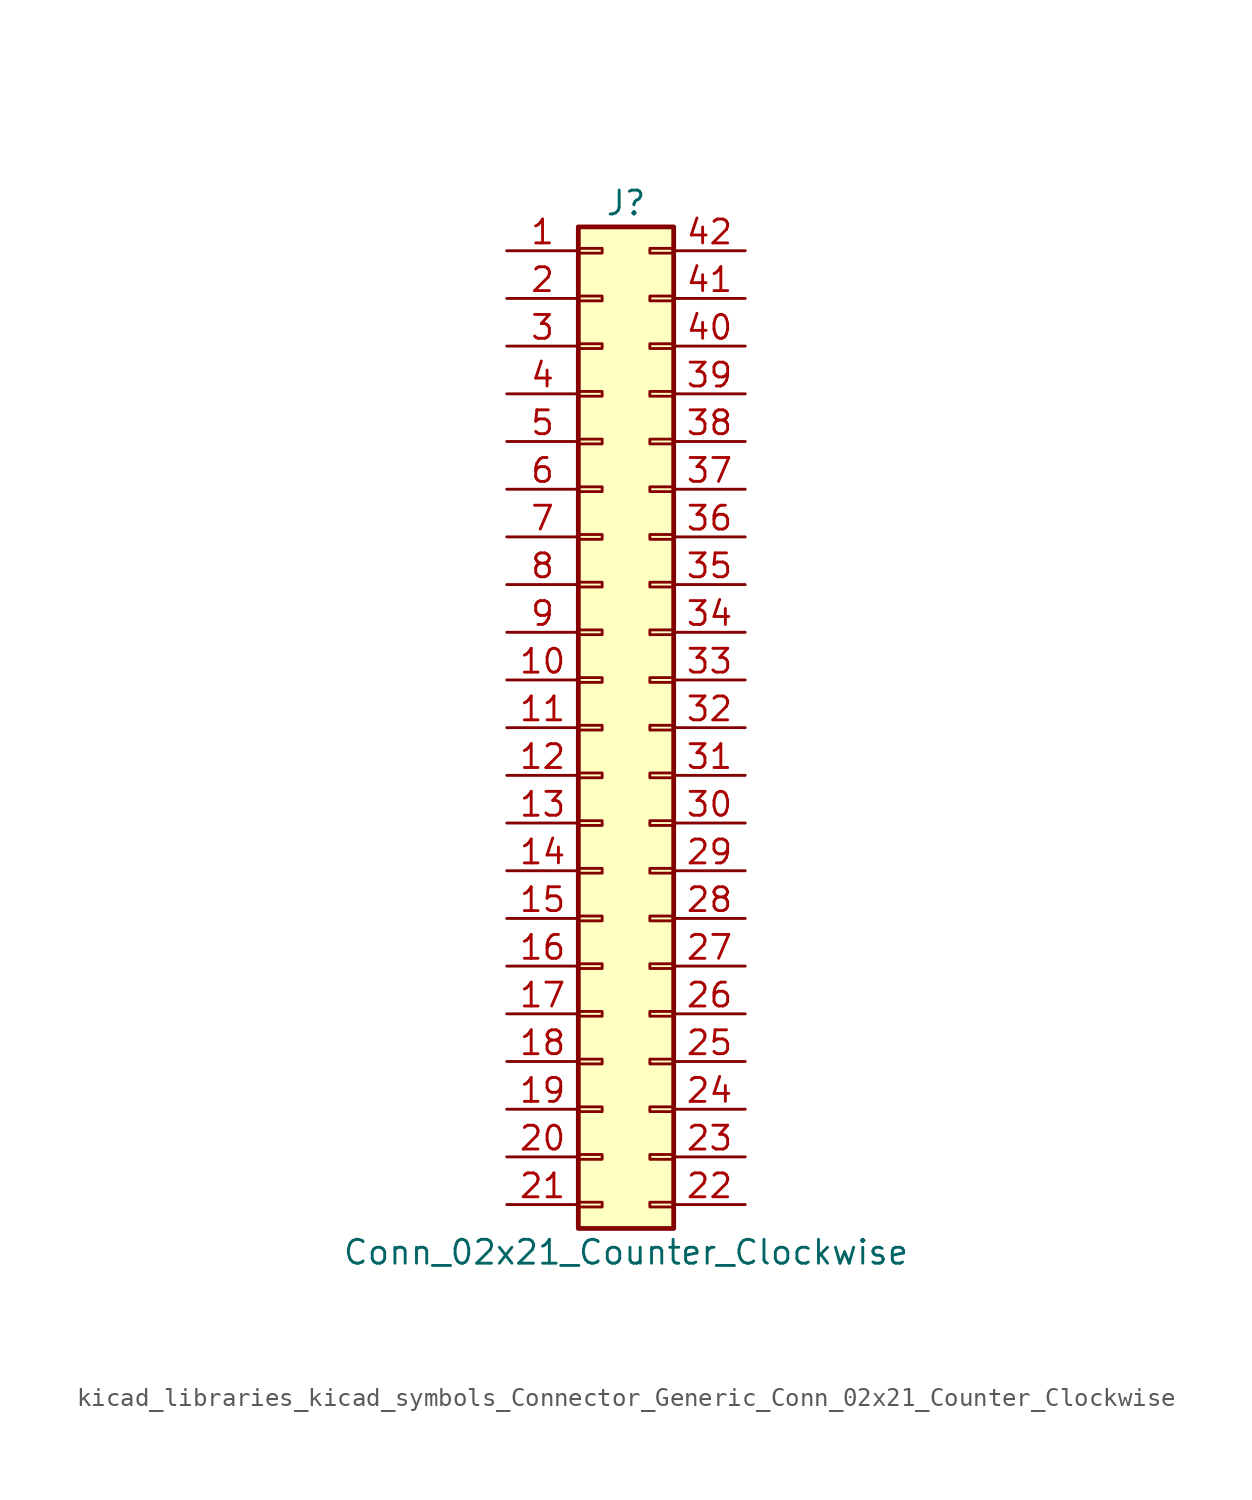
<source format=kicad_sym>
(kicad_symbol_lib
  (version 20220914)
  (generator kicad_symbol_editor)
  (symbol "kicad_libraries_kicad_symbols_Connector_Generic_Conn_02x21_Counter_Clockwise"
    (pin_names
      (offset 1.016) hide)
    (property "Reference" "J"
      (at 1.27 27.94 0)
      (effects (font (size 1.27 1.27))))
    (property "Value" "Conn_02x21_Counter_Clockwise"
      (at 1.27 -27.94 0)
      (effects (font (size 1.27 1.27))))
    (symbol "kicad_libraries_kicad_symbols_Connector_Generic_Conn_02x21_Counter_Clockwise_1_1"
      (rectangle (start -1.27 -25.273) (end 0 -25.527) (stroke (width 0.152) (type default)) (fill (type none)))
      (rectangle (start -1.27 -22.733) (end 0 -22.987) (stroke (width 0.152) (type default)) (fill (type none)))
      (rectangle (start -1.27 -20.193) (end 0 -20.447) (stroke (width 0.152) (type default)) (fill (type none)))
      (rectangle (start -1.27 -17.653) (end 0 -17.907) (stroke (width 0.152) (type default)) (fill (type none)))
      (rectangle (start -1.27 -15.113) (end 0 -15.367) (stroke (width 0.152) (type default)) (fill (type none)))
      (rectangle (start -1.27 -12.573) (end 0 -12.827) (stroke (width 0.152) (type default)) (fill (type none)))
      (rectangle (start -1.27 -10.033) (end 0 -10.287) (stroke (width 0.152) (type default)) (fill (type none)))
      (rectangle (start -1.27 -7.493) (end 0 -7.747) (stroke (width 0.152) (type default)) (fill (type none)))
      (rectangle (start -1.27 -4.953) (end 0 -5.207) (stroke (width 0.152) (type default)) (fill (type none)))
      (rectangle (start -1.27 -2.413) (end 0 -2.667) (stroke (width 0.152) (type default)) (fill (type none)))
      (rectangle (start -1.27 0.127) (end 0 -0.127) (stroke (width 0.152) (type default)) (fill (type none)))
      (rectangle (start -1.27 2.667) (end 0 2.413) (stroke (width 0.152) (type default)) (fill (type none)))
      (rectangle (start -1.27 5.207) (end 0 4.953) (stroke (width 0.152) (type default)) (fill (type none)))
      (rectangle (start -1.27 7.747) (end 0 7.493) (stroke (width 0.152) (type default)) (fill (type none)))
      (rectangle (start -1.27 10.287) (end 0 10.033) (stroke (width 0.152) (type default)) (fill (type none)))
      (rectangle (start -1.27 12.827) (end 0 12.573) (stroke (width 0.152) (type default)) (fill (type none)))
      (rectangle (start -1.27 15.367) (end 0 15.113) (stroke (width 0.152) (type default)) (fill (type none)))
      (rectangle (start -1.27 17.907) (end 0 17.653) (stroke (width 0.152) (type default)) (fill (type none)))
      (rectangle (start -1.27 20.447) (end 0 20.193) (stroke (width 0.152) (type default)) (fill (type none)))
      (rectangle (start -1.27 22.987) (end 0 22.733) (stroke (width 0.152) (type default)) (fill (type none)))
      (rectangle (start -1.27 25.527) (end 0 25.273) (stroke (width 0.152) (type default)) (fill (type none)))
      (rectangle (start -1.27 26.67) (end 3.81 -26.67) (stroke (width 0.254) (type default)) (fill (type background)))
      (rectangle (start 3.81 -25.273) (end 2.54 -25.527) (stroke (width 0.152) (type default)) (fill (type none)))
      (rectangle (start 3.81 -22.733) (end 2.54 -22.987) (stroke (width 0.152) (type default)) (fill (type none)))
      (rectangle (start 3.81 -20.193) (end 2.54 -20.447) (stroke (width 0.152) (type default)) (fill (type none)))
      (rectangle (start 3.81 -17.653) (end 2.54 -17.907) (stroke (width 0.152) (type default)) (fill (type none)))
      (rectangle (start 3.81 -15.113) (end 2.54 -15.367) (stroke (width 0.152) (type default)) (fill (type none)))
      (rectangle (start 3.81 -12.573) (end 2.54 -12.827) (stroke (width 0.152) (type default)) (fill (type none)))
      (rectangle (start 3.81 -10.033) (end 2.54 -10.287) (stroke (width 0.152) (type default)) (fill (type none)))
      (rectangle (start 3.81 -7.493) (end 2.54 -7.747) (stroke (width 0.152) (type default)) (fill (type none)))
      (rectangle (start 3.81 -4.953) (end 2.54 -5.207) (stroke (width 0.152) (type default)) (fill (type none)))
      (rectangle (start 3.81 -2.413) (end 2.54 -2.667) (stroke (width 0.152) (type default)) (fill (type none)))
      (rectangle (start 3.81 0.127) (end 2.54 -0.127) (stroke (width 0.152) (type default)) (fill (type none)))
      (rectangle (start 3.81 2.667) (end 2.54 2.413) (stroke (width 0.152) (type default)) (fill (type none)))
      (rectangle (start 3.81 5.207) (end 2.54 4.953) (stroke (width 0.152) (type default)) (fill (type none)))
      (rectangle (start 3.81 7.747) (end 2.54 7.493) (stroke (width 0.152) (type default)) (fill (type none)))
      (rectangle (start 3.81 10.287) (end 2.54 10.033) (stroke (width 0.152) (type default)) (fill (type none)))
      (rectangle (start 3.81 12.827) (end 2.54 12.573) (stroke (width 0.152) (type default)) (fill (type none)))
      (rectangle (start 3.81 15.367) (end 2.54 15.113) (stroke (width 0.152) (type default)) (fill (type none)))
      (rectangle (start 3.81 17.907) (end 2.54 17.653) (stroke (width 0.152) (type default)) (fill (type none)))
      (rectangle (start 3.81 20.447) (end 2.54 20.193) (stroke (width 0.152) (type default)) (fill (type none)))
      (rectangle (start 3.81 22.987) (end 2.54 22.733) (stroke (width 0.152) (type default)) (fill (type none)))
      (rectangle (start 3.81 25.527) (end 2.54 25.273) (stroke (width 0.152) (type default)) (fill (type none)))
      (pin passive line (at -5.08 25.4 0) (length 3.81) (name "Pin_1" (effects (font (size 1.27 1.27)))) (number "1" (effects (font (size 1.27 1.27)))))
      (pin passive line (at -5.08 2.54 0) (length 3.81) (name "Pin_10" (effects (font (size 1.27 1.27)))) (number "10" (effects (font (size 1.27 1.27)))))
      (pin passive line (at -5.08 0 0) (length 3.81) (name "Pin_11" (effects (font (size 1.27 1.27)))) (number "11" (effects (font (size 1.27 1.27)))))
      (pin passive line (at -5.08 -2.54 0) (length 3.81) (name "Pin_12" (effects (font (size 1.27 1.27)))) (number "12" (effects (font (size 1.27 1.27)))))
      (pin passive line (at -5.08 -5.08 0) (length 3.81) (name "Pin_13" (effects (font (size 1.27 1.27)))) (number "13" (effects (font (size 1.27 1.27)))))
      (pin passive line (at -5.08 -7.62 0) (length 3.81) (name "Pin_14" (effects (font (size 1.27 1.27)))) (number "14" (effects (font (size 1.27 1.27)))))
      (pin passive line (at -5.08 -10.16 0) (length 3.81) (name "Pin_15" (effects (font (size 1.27 1.27)))) (number "15" (effects (font (size 1.27 1.27)))))
      (pin passive line (at -5.08 -12.7 0) (length 3.81) (name "Pin_16" (effects (font (size 1.27 1.27)))) (number "16" (effects (font (size 1.27 1.27)))))
      (pin passive line (at -5.08 -15.24 0) (length 3.81) (name "Pin_17" (effects (font (size 1.27 1.27)))) (number "17" (effects (font (size 1.27 1.27)))))
      (pin passive line (at -5.08 -17.78 0) (length 3.81) (name "Pin_18" (effects (font (size 1.27 1.27)))) (number "18" (effects (font (size 1.27 1.27)))))
      (pin passive line (at -5.08 -20.32 0) (length 3.81) (name "Pin_19" (effects (font (size 1.27 1.27)))) (number "19" (effects (font (size 1.27 1.27)))))
      (pin passive line (at -5.08 22.86 0) (length 3.81) (name "Pin_2" (effects (font (size 1.27 1.27)))) (number "2" (effects (font (size 1.27 1.27)))))
      (pin passive line (at -5.08 -22.86 0) (length 3.81) (name "Pin_20" (effects (font (size 1.27 1.27)))) (number "20" (effects (font (size 1.27 1.27)))))
      (pin passive line (at -5.08 -25.4 0) (length 3.81) (name "Pin_21" (effects (font (size 1.27 1.27)))) (number "21" (effects (font (size 1.27 1.27)))))
      (pin passive line (at 7.62 -25.4 180) (length 3.81) (name "Pin_22" (effects (font (size 1.27 1.27)))) (number "22" (effects (font (size 1.27 1.27)))))
      (pin passive line (at 7.62 -22.86 180) (length 3.81) (name "Pin_23" (effects (font (size 1.27 1.27)))) (number "23" (effects (font (size 1.27 1.27)))))
      (pin passive line (at 7.62 -20.32 180) (length 3.81) (name "Pin_24" (effects (font (size 1.27 1.27)))) (number "24" (effects (font (size 1.27 1.27)))))
      (pin passive line (at 7.62 -17.78 180) (length 3.81) (name "Pin_25" (effects (font (size 1.27 1.27)))) (number "25" (effects (font (size 1.27 1.27)))))
      (pin passive line (at 7.62 -15.24 180) (length 3.81) (name "Pin_26" (effects (font (size 1.27 1.27)))) (number "26" (effects (font (size 1.27 1.27)))))
      (pin passive line (at 7.62 -12.7 180) (length 3.81) (name "Pin_27" (effects (font (size 1.27 1.27)))) (number "27" (effects (font (size 1.27 1.27)))))
      (pin passive line (at 7.62 -10.16 180) (length 3.81) (name "Pin_28" (effects (font (size 1.27 1.27)))) (number "28" (effects (font (size 1.27 1.27)))))
      (pin passive line (at 7.62 -7.62 180) (length 3.81) (name "Pin_29" (effects (font (size 1.27 1.27)))) (number "29" (effects (font (size 1.27 1.27)))))
      (pin passive line (at -5.08 20.32 0) (length 3.81) (name "Pin_3" (effects (font (size 1.27 1.27)))) (number "3" (effects (font (size 1.27 1.27)))))
      (pin passive line (at 7.62 -5.08 180) (length 3.81) (name "Pin_30" (effects (font (size 1.27 1.27)))) (number "30" (effects (font (size 1.27 1.27)))))
      (pin passive line (at 7.62 -2.54 180) (length 3.81) (name "Pin_31" (effects (font (size 1.27 1.27)))) (number "31" (effects (font (size 1.27 1.27)))))
      (pin passive line (at 7.62 0 180) (length 3.81) (name "Pin_32" (effects (font (size 1.27 1.27)))) (number "32" (effects (font (size 1.27 1.27)))))
      (pin passive line (at 7.62 2.54 180) (length 3.81) (name "Pin_33" (effects (font (size 1.27 1.27)))) (number "33" (effects (font (size 1.27 1.27)))))
      (pin passive line (at 7.62 5.08 180) (length 3.81) (name "Pin_34" (effects (font (size 1.27 1.27)))) (number "34" (effects (font (size 1.27 1.27)))))
      (pin passive line (at 7.62 7.62 180) (length 3.81) (name "Pin_35" (effects (font (size 1.27 1.27)))) (number "35" (effects (font (size 1.27 1.27)))))
      (pin passive line (at 7.62 10.16 180) (length 3.81) (name "Pin_36" (effects (font (size 1.27 1.27)))) (number "36" (effects (font (size 1.27 1.27)))))
      (pin passive line (at 7.62 12.7 180) (length 3.81) (name "Pin_37" (effects (font (size 1.27 1.27)))) (number "37" (effects (font (size 1.27 1.27)))))
      (pin passive line (at 7.62 15.24 180) (length 3.81) (name "Pin_38" (effects (font (size 1.27 1.27)))) (number "38" (effects (font (size 1.27 1.27)))))
      (pin passive line (at 7.62 17.78 180) (length 3.81) (name "Pin_39" (effects (font (size 1.27 1.27)))) (number "39" (effects (font (size 1.27 1.27)))))
      (pin passive line (at -5.08 17.78 0) (length 3.81) (name "Pin_4" (effects (font (size 1.27 1.27)))) (number "4" (effects (font (size 1.27 1.27)))))
      (pin passive line (at 7.62 20.32 180) (length 3.81) (name "Pin_40" (effects (font (size 1.27 1.27)))) (number "40" (effects (font (size 1.27 1.27)))))
      (pin passive line (at 7.62 22.86 180) (length 3.81) (name "Pin_41" (effects (font (size 1.27 1.27)))) (number "41" (effects (font (size 1.27 1.27)))))
      (pin passive line (at 7.62 25.4 180) (length 3.81) (name "Pin_42" (effects (font (size 1.27 1.27)))) (number "42" (effects (font (size 1.27 1.27)))))
      (pin passive line (at -5.08 15.24 0) (length 3.81) (name "Pin_5" (effects (font (size 1.27 1.27)))) (number "5" (effects (font (size 1.27 1.27)))))
      (pin passive line (at -5.08 12.7 0) (length 3.81) (name "Pin_6" (effects (font (size 1.27 1.27)))) (number "6" (effects (font (size 1.27 1.27)))))
      (pin passive line (at -5.08 10.16 0) (length 3.81) (name "Pin_7" (effects (font (size 1.27 1.27)))) (number "7" (effects (font (size 1.27 1.27)))))
      (pin passive line (at -5.08 7.62 0) (length 3.81) (name "Pin_8" (effects (font (size 1.27 1.27)))) (number "8" (effects (font (size 1.27 1.27)))))
      (pin passive line (at -5.08 5.08 0) (length 3.81) (name "Pin_9" (effects (font (size 1.27 1.27)))) (number "9" (effects (font (size 1.27 1.27))))))))
</source>
